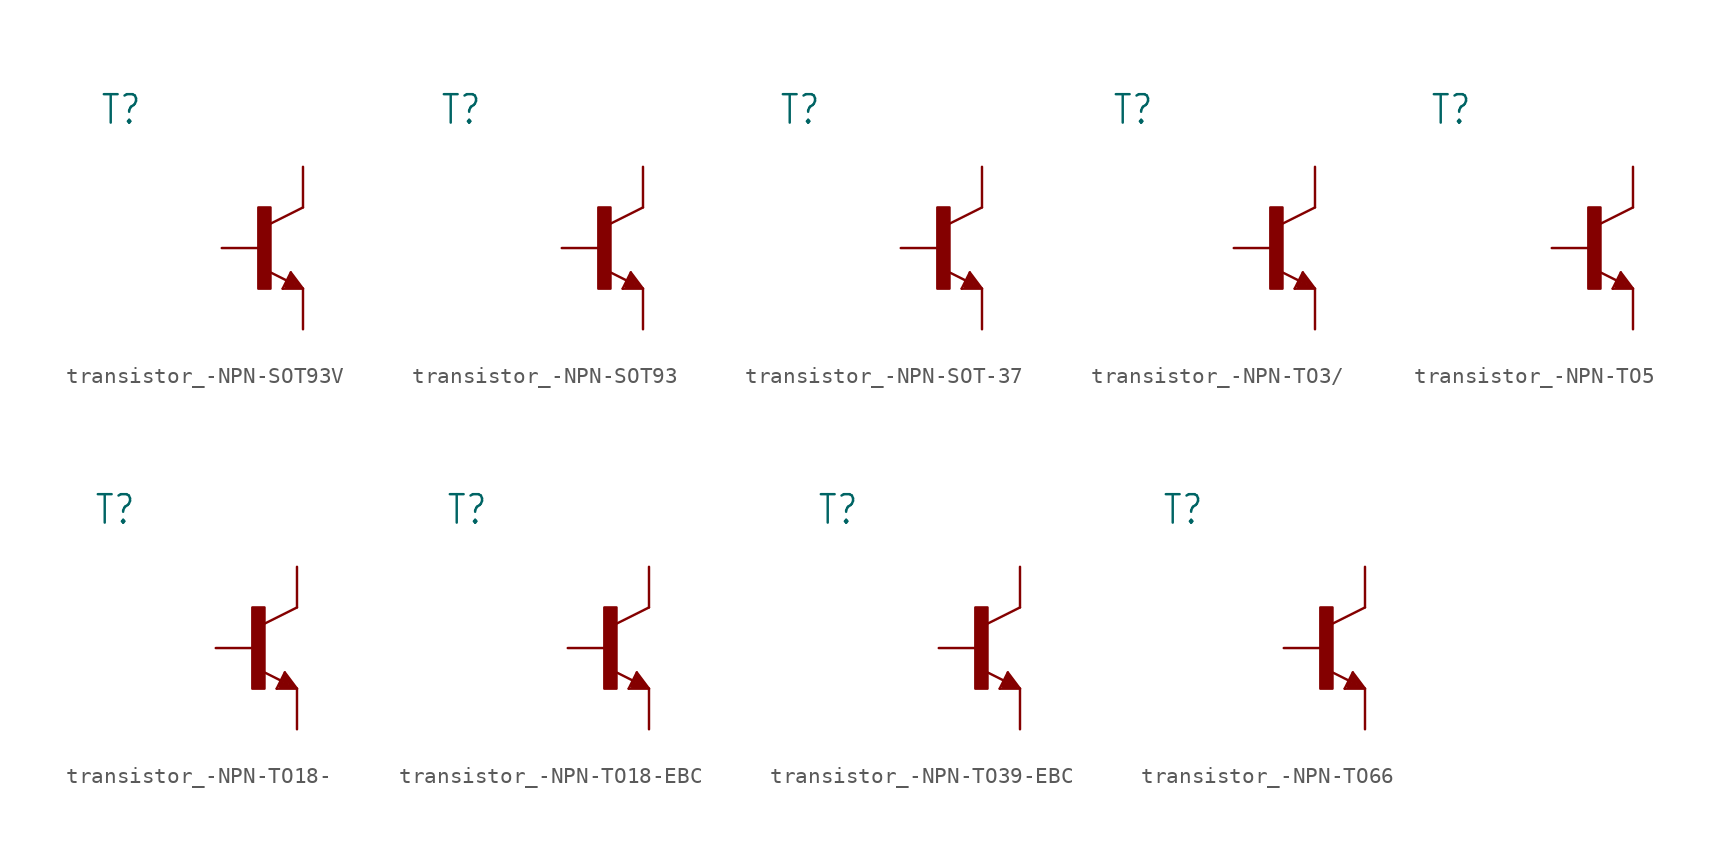
<source format=kicad_sym>
(kicad_symbol_lib
  (version 20241209)
  (generator "kicad_symbol_editor")
  (generator_version "9.0")
  (symbol "transistor_-NPN-SOT93V"
    (property "Reference" "T"
      (at -10.16 7.62 0)
      (effects (font (size 1.778 1.511)) (justify left bottom)))
    (property "Value" ""
      (at -10.16 5.08 0)
      (effects (font (size 1.778 1.511)) (justify left bottom)))
    (property "ki_locked" ""
      (at 0 0 0)
      (effects (font (size 1.27 1.27))))
    (symbol "transistor_-NPN-SOT93V_1_0"
      (rectangle (start -0.254 -2.54) (end 0.508 2.54) (stroke (width 0) (type default)) (fill (type outline)))
      (polyline (pts (xy 1.27 -2.54) (xy 1.778 -1.524)) (stroke (width 0.152) (type solid)) (fill (type none)))
      (polyline (pts (xy 1.524 -2.286) (xy 1.905 -2.286)) (stroke (width 0.254) (type solid)) (fill (type none)))
      (polyline (pts (xy 1.524 -2.413) (xy 2.286 -2.413)) (stroke (width 0.254) (type solid)) (fill (type none)))
      (polyline (pts (xy 1.54 -2.04) (xy 0.308 -1.424)) (stroke (width 0.152) (type solid)) (fill (type none)))
      (polyline (pts (xy 1.778 -1.524) (xy 2.54 -2.54)) (stroke (width 0.152) (type solid)) (fill (type none)))
      (polyline (pts (xy 1.778 -1.778) (xy 1.524 -2.286)) (stroke (width 0.254) (type solid)) (fill (type none)))
      (polyline (pts (xy 1.905 -2.286) (xy 1.778 -2.032)) (stroke (width 0.254) (type solid)) (fill (type none)))
      (polyline (pts (xy 2.286 -2.413) (xy 1.778 -1.778)) (stroke (width 0.254) (type solid)) (fill (type none)))
      (polyline (pts (xy 2.54 2.54) (xy 0.508 1.524)) (stroke (width 0.152) (type solid)) (fill (type none)))
      (polyline (pts (xy 2.54 -2.54) (xy 1.27 -2.54)) (stroke (width 0.152) (type solid)) (fill (type none)))
      (pin passive line (at -2.54 0 0) (length 2.54) (name "B" (effects (font (size 0 0)))) (number "B" (effects (font (size 0 0)))))
      (pin passive line (at 2.54 5.08 270) (length 2.54) (name "C" (effects (font (size 0 0)))) (number "C" (effects (font (size 0 0)))))
      (pin passive line (at 2.54 -5.08 90) (length 2.54) (name "E" (effects (font (size 0 0)))) (number "E" (effects (font (size 0 0)))))))
  (symbol "transistor_-NPN-SOT93"
    (property "Reference" "T"
      (at -10.16 7.62 0)
      (effects (font (size 1.778 1.511)) (justify left bottom)))
    (property "Value" ""
      (at -10.16 5.08 0)
      (effects (font (size 1.778 1.511)) (justify left bottom)))
    (property "ki_locked" ""
      (at 0 0 0)
      (effects (font (size 1.27 1.27))))
    (symbol "transistor_-NPN-SOT93_1_0"
      (rectangle (start -0.254 -2.54) (end 0.508 2.54) (stroke (width 0) (type default)) (fill (type outline)))
      (polyline (pts (xy 1.27 -2.54) (xy 1.778 -1.524)) (stroke (width 0.152) (type solid)) (fill (type none)))
      (polyline (pts (xy 1.524 -2.286) (xy 1.905 -2.286)) (stroke (width 0.254) (type solid)) (fill (type none)))
      (polyline (pts (xy 1.524 -2.413) (xy 2.286 -2.413)) (stroke (width 0.254) (type solid)) (fill (type none)))
      (polyline (pts (xy 1.54 -2.04) (xy 0.308 -1.424)) (stroke (width 0.152) (type solid)) (fill (type none)))
      (polyline (pts (xy 1.778 -1.524) (xy 2.54 -2.54)) (stroke (width 0.152) (type solid)) (fill (type none)))
      (polyline (pts (xy 1.778 -1.778) (xy 1.524 -2.286)) (stroke (width 0.254) (type solid)) (fill (type none)))
      (polyline (pts (xy 1.905 -2.286) (xy 1.778 -2.032)) (stroke (width 0.254) (type solid)) (fill (type none)))
      (polyline (pts (xy 2.286 -2.413) (xy 1.778 -1.778)) (stroke (width 0.254) (type solid)) (fill (type none)))
      (polyline (pts (xy 2.54 2.54) (xy 0.508 1.524)) (stroke (width 0.152) (type solid)) (fill (type none)))
      (polyline (pts (xy 2.54 -2.54) (xy 1.27 -2.54)) (stroke (width 0.152) (type solid)) (fill (type none)))
      (pin passive line (at -2.54 0 0) (length 2.54) (name "B" (effects (font (size 0 0)))) (number "B" (effects (font (size 0 0)))))
      (pin passive line (at 2.54 5.08 270) (length 2.54) (name "C" (effects (font (size 0 0)))) (number "C" (effects (font (size 0 0)))))
      (pin passive line (at 2.54 -5.08 90) (length 2.54) (name "E" (effects (font (size 0 0)))) (number "E" (effects (font (size 0 0)))))))
  (symbol "transistor_-NPN-SOT-37"
    (property "Reference" "T"
      (at -10.16 7.62 0)
      (effects (font (size 1.778 1.511)) (justify left bottom)))
    (property "Value" ""
      (at -10.16 5.08 0)
      (effects (font (size 1.778 1.511)) (justify left bottom)))
    (property "ki_locked" ""
      (at 0 0 0)
      (effects (font (size 1.27 1.27))))
    (symbol "transistor_-NPN-SOT-37_1_0"
      (rectangle (start -0.254 -2.54) (end 0.508 2.54) (stroke (width 0) (type default)) (fill (type outline)))
      (polyline (pts (xy 1.27 -2.54) (xy 1.778 -1.524)) (stroke (width 0.152) (type solid)) (fill (type none)))
      (polyline (pts (xy 1.524 -2.286) (xy 1.905 -2.286)) (stroke (width 0.254) (type solid)) (fill (type none)))
      (polyline (pts (xy 1.524 -2.413) (xy 2.286 -2.413)) (stroke (width 0.254) (type solid)) (fill (type none)))
      (polyline (pts (xy 1.54 -2.04) (xy 0.308 -1.424)) (stroke (width 0.152) (type solid)) (fill (type none)))
      (polyline (pts (xy 1.778 -1.524) (xy 2.54 -2.54)) (stroke (width 0.152) (type solid)) (fill (type none)))
      (polyline (pts (xy 1.778 -1.778) (xy 1.524 -2.286)) (stroke (width 0.254) (type solid)) (fill (type none)))
      (polyline (pts (xy 1.905 -2.286) (xy 1.778 -2.032)) (stroke (width 0.254) (type solid)) (fill (type none)))
      (polyline (pts (xy 2.286 -2.413) (xy 1.778 -1.778)) (stroke (width 0.254) (type solid)) (fill (type none)))
      (polyline (pts (xy 2.54 2.54) (xy 0.508 1.524)) (stroke (width 0.152) (type solid)) (fill (type none)))
      (polyline (pts (xy 2.54 -2.54) (xy 1.27 -2.54)) (stroke (width 0.152) (type solid)) (fill (type none)))
      (pin passive line (at -2.54 0 0) (length 2.54) (name "B" (effects (font (size 0 0)))) (number "3" (effects (font (size 0 0)))))
      (pin passive line (at 2.54 5.08 270) (length 2.54) (name "C" (effects (font (size 0 0)))) (number "1" (effects (font (size 0 0)))))
      (pin passive line (at 2.54 -5.08 90) (length 2.54) (name "E" (effects (font (size 0 0)))) (number "2" (effects (font (size 0 0)))))))
  (symbol "transistor_-NPN-TO3/"
    (property "Reference" "T"
      (at -10.16 7.62 0)
      (effects (font (size 1.778 1.511)) (justify left bottom)))
    (property "Value" ""
      (at -10.16 5.08 0)
      (effects (font (size 1.778 1.511)) (justify left bottom)))
    (property "ki_locked" ""
      (at 0 0 0)
      (effects (font (size 1.27 1.27))))
    (symbol "transistor_-NPN-TO3/_1_0"
      (rectangle (start -0.254 -2.54) (end 0.508 2.54) (stroke (width 0) (type default)) (fill (type outline)))
      (polyline (pts (xy 1.27 -2.54) (xy 1.778 -1.524)) (stroke (width 0.152) (type solid)) (fill (type none)))
      (polyline (pts (xy 1.524 -2.286) (xy 1.905 -2.286)) (stroke (width 0.254) (type solid)) (fill (type none)))
      (polyline (pts (xy 1.524 -2.413) (xy 2.286 -2.413)) (stroke (width 0.254) (type solid)) (fill (type none)))
      (polyline (pts (xy 1.54 -2.04) (xy 0.308 -1.424)) (stroke (width 0.152) (type solid)) (fill (type none)))
      (polyline (pts (xy 1.778 -1.524) (xy 2.54 -2.54)) (stroke (width 0.152) (type solid)) (fill (type none)))
      (polyline (pts (xy 1.778 -1.778) (xy 1.524 -2.286)) (stroke (width 0.254) (type solid)) (fill (type none)))
      (polyline (pts (xy 1.905 -2.286) (xy 1.778 -2.032)) (stroke (width 0.254) (type solid)) (fill (type none)))
      (polyline (pts (xy 2.286 -2.413) (xy 1.778 -1.778)) (stroke (width 0.254) (type solid)) (fill (type none)))
      (polyline (pts (xy 2.54 2.54) (xy 0.508 1.524)) (stroke (width 0.152) (type solid)) (fill (type none)))
      (polyline (pts (xy 2.54 -2.54) (xy 1.27 -2.54)) (stroke (width 0.152) (type solid)) (fill (type none)))
      (pin passive line (at -2.54 0 0) (length 2.54) (name "B" (effects (font (size 0 0)))) (number "B" (effects (font (size 0 0)))))
      (pin passive line (at 2.54 5.08 270) (length 2.54) (name "C" (effects (font (size 0 0)))) (number "C" (effects (font (size 0 0)))))
      (pin passive line (at 2.54 -5.08 90) (length 2.54) (name "E" (effects (font (size 0 0)))) (number "E" (effects (font (size 0 0)))))))
  (symbol "transistor_-NPN-TO5"
    (property "Reference" "T"
      (at -10.16 7.62 0)
      (effects (font (size 1.778 1.511)) (justify left bottom)))
    (property "Value" ""
      (at -10.16 5.08 0)
      (effects (font (size 1.778 1.511)) (justify left bottom)))
    (property "ki_locked" ""
      (at 0 0 0)
      (effects (font (size 1.27 1.27))))
    (symbol "transistor_-NPN-TO5_1_0"
      (rectangle (start -0.254 -2.54) (end 0.508 2.54) (stroke (width 0) (type default)) (fill (type outline)))
      (polyline (pts (xy 1.27 -2.54) (xy 1.778 -1.524)) (stroke (width 0.152) (type solid)) (fill (type none)))
      (polyline (pts (xy 1.524 -2.286) (xy 1.905 -2.286)) (stroke (width 0.254) (type solid)) (fill (type none)))
      (polyline (pts (xy 1.524 -2.413) (xy 2.286 -2.413)) (stroke (width 0.254) (type solid)) (fill (type none)))
      (polyline (pts (xy 1.54 -2.04) (xy 0.308 -1.424)) (stroke (width 0.152) (type solid)) (fill (type none)))
      (polyline (pts (xy 1.778 -1.524) (xy 2.54 -2.54)) (stroke (width 0.152) (type solid)) (fill (type none)))
      (polyline (pts (xy 1.778 -1.778) (xy 1.524 -2.286)) (stroke (width 0.254) (type solid)) (fill (type none)))
      (polyline (pts (xy 1.905 -2.286) (xy 1.778 -2.032)) (stroke (width 0.254) (type solid)) (fill (type none)))
      (polyline (pts (xy 2.286 -2.413) (xy 1.778 -1.778)) (stroke (width 0.254) (type solid)) (fill (type none)))
      (polyline (pts (xy 2.54 2.54) (xy 0.508 1.524)) (stroke (width 0.152) (type solid)) (fill (type none)))
      (polyline (pts (xy 2.54 -2.54) (xy 1.27 -2.54)) (stroke (width 0.152) (type solid)) (fill (type none)))
      (pin passive line (at -2.54 0 0) (length 2.54) (name "B" (effects (font (size 0 0)))) (number "2" (effects (font (size 0 0)))))
      (pin passive line (at 2.54 5.08 270) (length 2.54) (name "C" (effects (font (size 0 0)))) (number "3" (effects (font (size 0 0)))))
      (pin passive line (at 2.54 -5.08 90) (length 2.54) (name "E" (effects (font (size 0 0)))) (number "1" (effects (font (size 0 0)))))))
  (symbol "transistor_-NPN-TO18-"
    (property "Reference" "T"
      (at -10.16 7.62 0)
      (effects (font (size 1.778 1.511)) (justify left bottom)))
    (property "Value" ""
      (at -10.16 5.08 0)
      (effects (font (size 1.778 1.511)) (justify left bottom)))
    (property "ki_locked" ""
      (at 0 0 0)
      (effects (font (size 1.27 1.27))))
    (symbol "transistor_-NPN-TO18-_1_0"
      (rectangle (start -0.254 -2.54) (end 0.508 2.54) (stroke (width 0) (type default)) (fill (type outline)))
      (polyline (pts (xy 1.27 -2.54) (xy 1.778 -1.524)) (stroke (width 0.152) (type solid)) (fill (type none)))
      (polyline (pts (xy 1.524 -2.286) (xy 1.905 -2.286)) (stroke (width 0.254) (type solid)) (fill (type none)))
      (polyline (pts (xy 1.524 -2.413) (xy 2.286 -2.413)) (stroke (width 0.254) (type solid)) (fill (type none)))
      (polyline (pts (xy 1.54 -2.04) (xy 0.308 -1.424)) (stroke (width 0.152) (type solid)) (fill (type none)))
      (polyline (pts (xy 1.778 -1.524) (xy 2.54 -2.54)) (stroke (width 0.152) (type solid)) (fill (type none)))
      (polyline (pts (xy 1.778 -1.778) (xy 1.524 -2.286)) (stroke (width 0.254) (type solid)) (fill (type none)))
      (polyline (pts (xy 1.905 -2.286) (xy 1.778 -2.032)) (stroke (width 0.254) (type solid)) (fill (type none)))
      (polyline (pts (xy 2.286 -2.413) (xy 1.778 -1.778)) (stroke (width 0.254) (type solid)) (fill (type none)))
      (polyline (pts (xy 2.54 2.54) (xy 0.508 1.524)) (stroke (width 0.152) (type solid)) (fill (type none)))
      (polyline (pts (xy 2.54 -2.54) (xy 1.27 -2.54)) (stroke (width 0.152) (type solid)) (fill (type none)))
      (pin passive line (at -2.54 0 0) (length 2.54) (name "B" (effects (font (size 0 0)))) (number "2" (effects (font (size 0 0)))))
      (pin passive line (at 2.54 5.08 270) (length 2.54) (name "C" (effects (font (size 0 0)))) (number "3" (effects (font (size 0 0)))))
      (pin passive line (at 2.54 -5.08 90) (length 2.54) (name "E" (effects (font (size 0 0)))) (number "1" (effects (font (size 0 0)))))))
  (symbol "transistor_-NPN-TO18-EBC"
    (property "Reference" "T"
      (at -10.16 7.62 0)
      (effects (font (size 1.778 1.511)) (justify left bottom)))
    (property "Value" ""
      (at -10.16 5.08 0)
      (effects (font (size 1.778 1.511)) (justify left bottom)))
    (property "ki_locked" ""
      (at 0 0 0)
      (effects (font (size 1.27 1.27))))
    (symbol "transistor_-NPN-TO18-EBC_1_0"
      (rectangle (start -0.254 -2.54) (end 0.508 2.54) (stroke (width 0) (type default)) (fill (type outline)))
      (polyline (pts (xy 1.27 -2.54) (xy 1.778 -1.524)) (stroke (width 0.152) (type solid)) (fill (type none)))
      (polyline (pts (xy 1.524 -2.286) (xy 1.905 -2.286)) (stroke (width 0.254) (type solid)) (fill (type none)))
      (polyline (pts (xy 1.524 -2.413) (xy 2.286 -2.413)) (stroke (width 0.254) (type solid)) (fill (type none)))
      (polyline (pts (xy 1.54 -2.04) (xy 0.308 -1.424)) (stroke (width 0.152) (type solid)) (fill (type none)))
      (polyline (pts (xy 1.778 -1.524) (xy 2.54 -2.54)) (stroke (width 0.152) (type solid)) (fill (type none)))
      (polyline (pts (xy 1.778 -1.778) (xy 1.524 -2.286)) (stroke (width 0.254) (type solid)) (fill (type none)))
      (polyline (pts (xy 1.905 -2.286) (xy 1.778 -2.032)) (stroke (width 0.254) (type solid)) (fill (type none)))
      (polyline (pts (xy 2.286 -2.413) (xy 1.778 -1.778)) (stroke (width 0.254) (type solid)) (fill (type none)))
      (polyline (pts (xy 2.54 2.54) (xy 0.508 1.524)) (stroke (width 0.152) (type solid)) (fill (type none)))
      (polyline (pts (xy 2.54 -2.54) (xy 1.27 -2.54)) (stroke (width 0.152) (type solid)) (fill (type none)))
      (pin passive line (at -2.54 0 0) (length 2.54) (name "B" (effects (font (size 0 0)))) (number "2" (effects (font (size 0 0)))))
      (pin passive line (at 2.54 5.08 270) (length 2.54) (name "C" (effects (font (size 0 0)))) (number "3" (effects (font (size 0 0)))))
      (pin passive line (at 2.54 -5.08 90) (length 2.54) (name "E" (effects (font (size 0 0)))) (number "1" (effects (font (size 0 0)))))))
  (symbol "transistor_-NPN-TO39-EBC"
    (property "Reference" "T"
      (at -10.16 7.62 0)
      (effects (font (size 1.778 1.511)) (justify left bottom)))
    (property "Value" ""
      (at -10.16 5.08 0)
      (effects (font (size 1.778 1.511)) (justify left bottom)))
    (property "ki_locked" ""
      (at 0 0 0)
      (effects (font (size 1.27 1.27))))
    (symbol "transistor_-NPN-TO39-EBC_1_0"
      (rectangle (start -0.254 -2.54) (end 0.508 2.54) (stroke (width 0) (type default)) (fill (type outline)))
      (polyline (pts (xy 1.27 -2.54) (xy 1.778 -1.524)) (stroke (width 0.152) (type solid)) (fill (type none)))
      (polyline (pts (xy 1.524 -2.286) (xy 1.905 -2.286)) (stroke (width 0.254) (type solid)) (fill (type none)))
      (polyline (pts (xy 1.524 -2.413) (xy 2.286 -2.413)) (stroke (width 0.254) (type solid)) (fill (type none)))
      (polyline (pts (xy 1.54 -2.04) (xy 0.308 -1.424)) (stroke (width 0.152) (type solid)) (fill (type none)))
      (polyline (pts (xy 1.778 -1.524) (xy 2.54 -2.54)) (stroke (width 0.152) (type solid)) (fill (type none)))
      (polyline (pts (xy 1.778 -1.778) (xy 1.524 -2.286)) (stroke (width 0.254) (type solid)) (fill (type none)))
      (polyline (pts (xy 1.905 -2.286) (xy 1.778 -2.032)) (stroke (width 0.254) (type solid)) (fill (type none)))
      (polyline (pts (xy 2.286 -2.413) (xy 1.778 -1.778)) (stroke (width 0.254) (type solid)) (fill (type none)))
      (polyline (pts (xy 2.54 2.54) (xy 0.508 1.524)) (stroke (width 0.152) (type solid)) (fill (type none)))
      (polyline (pts (xy 2.54 -2.54) (xy 1.27 -2.54)) (stroke (width 0.152) (type solid)) (fill (type none)))
      (pin passive line (at -2.54 0 0) (length 2.54) (name "B" (effects (font (size 0 0)))) (number "2" (effects (font (size 0 0)))))
      (pin passive line (at 2.54 5.08 270) (length 2.54) (name "C" (effects (font (size 0 0)))) (number "3" (effects (font (size 0 0)))))
      (pin passive line (at 2.54 -5.08 90) (length 2.54) (name "E" (effects (font (size 0 0)))) (number "1" (effects (font (size 0 0)))))))
  (symbol "transistor_-NPN-TO66"
    (property "Reference" "T"
      (at -10.16 7.62 0)
      (effects (font (size 1.778 1.511)) (justify left bottom)))
    (property "Value" ""
      (at -10.16 5.08 0)
      (effects (font (size 1.778 1.511)) (justify left bottom)))
    (property "ki_locked" ""
      (at 0 0 0)
      (effects (font (size 1.27 1.27))))
    (symbol "transistor_-NPN-TO66_1_0"
      (rectangle (start -0.254 -2.54) (end 0.508 2.54) (stroke (width 0) (type default)) (fill (type outline)))
      (polyline (pts (xy 1.27 -2.54) (xy 1.778 -1.524)) (stroke (width 0.152) (type solid)) (fill (type none)))
      (polyline (pts (xy 1.524 -2.286) (xy 1.905 -2.286)) (stroke (width 0.254) (type solid)) (fill (type none)))
      (polyline (pts (xy 1.524 -2.413) (xy 2.286 -2.413)) (stroke (width 0.254) (type solid)) (fill (type none)))
      (polyline (pts (xy 1.54 -2.04) (xy 0.308 -1.424)) (stroke (width 0.152) (type solid)) (fill (type none)))
      (polyline (pts (xy 1.778 -1.524) (xy 2.54 -2.54)) (stroke (width 0.152) (type solid)) (fill (type none)))
      (polyline (pts (xy 1.778 -1.778) (xy 1.524 -2.286)) (stroke (width 0.254) (type solid)) (fill (type none)))
      (polyline (pts (xy 1.905 -2.286) (xy 1.778 -2.032)) (stroke (width 0.254) (type solid)) (fill (type none)))
      (polyline (pts (xy 2.286 -2.413) (xy 1.778 -1.778)) (stroke (width 0.254) (type solid)) (fill (type none)))
      (polyline (pts (xy 2.54 2.54) (xy 0.508 1.524)) (stroke (width 0.152) (type solid)) (fill (type none)))
      (polyline (pts (xy 2.54 -2.54) (xy 1.27 -2.54)) (stroke (width 0.152) (type solid)) (fill (type none)))
      (pin passive line (at -2.54 0 0) (length 2.54) (name "B" (effects (font (size 0 0)))) (number "2" (effects (font (size 0 0)))))
      (pin passive line (at 2.54 5.08 270) (length 2.54) (name "C" (effects (font (size 0 0)))) (number "3" (effects (font (size 0 0)))))
      (pin passive line (at 2.54 -5.08 90) (length 2.54) (name "E" (effects (font (size 0 0)))) (number "1" (effects (font (size 0 0))))))))
</source>
